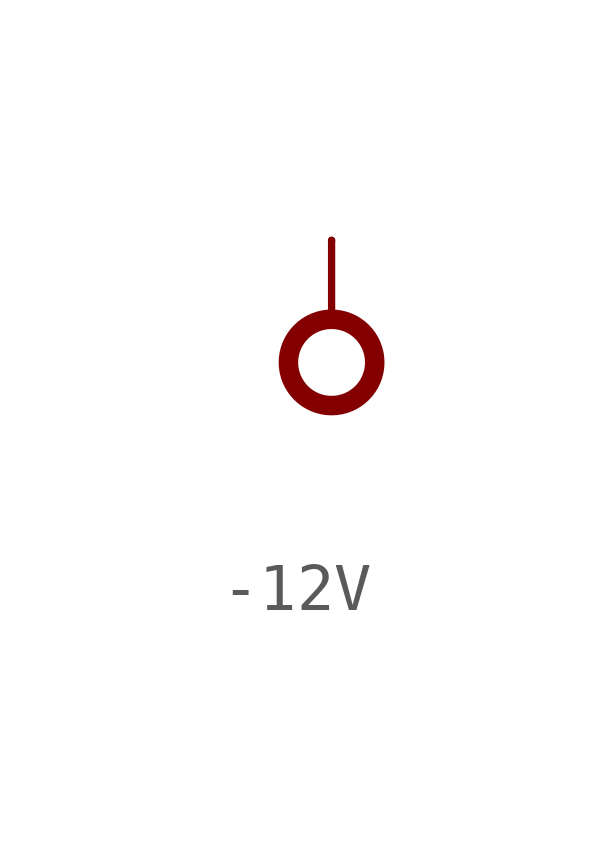
<source format=kicad_sym>
(kicad_symbol_lib
  (version 20231120)
  (generator "kicad_symbol_editor")
  (generator_version "8.0")
  (symbol "-12V"
    (power)
    (property "Reference" "#V"
      (at 0 0 0)
      (effects (font (size 1.27 1.27)) (hide yes)))
    (property "Value" ""
      (at -2.54 -3.175 0)
      (effects (font (size 1.778 1.511)) (justify left bottom)))
    (property "ki_locked" ""
      (at 0 0 0)
      (effects (font (size 1.27 1.27))))
    (symbol "-12V_1_0"
      (polyline (pts (xy 0 2.54) (xy 0 0.953)) (stroke (width 0.152) (type solid)) (fill (type none)))
      (circle (center 0 0.0001) (radius 0.898) (stroke (width 0.406) (type solid)) (fill (type none)))
      (pin power_in line (at 0 2.54 270) (length 0) (name "-12V" (effects (font (size 0 0)))) (number "1" (effects (font (size 0 0))))))))
</source>
